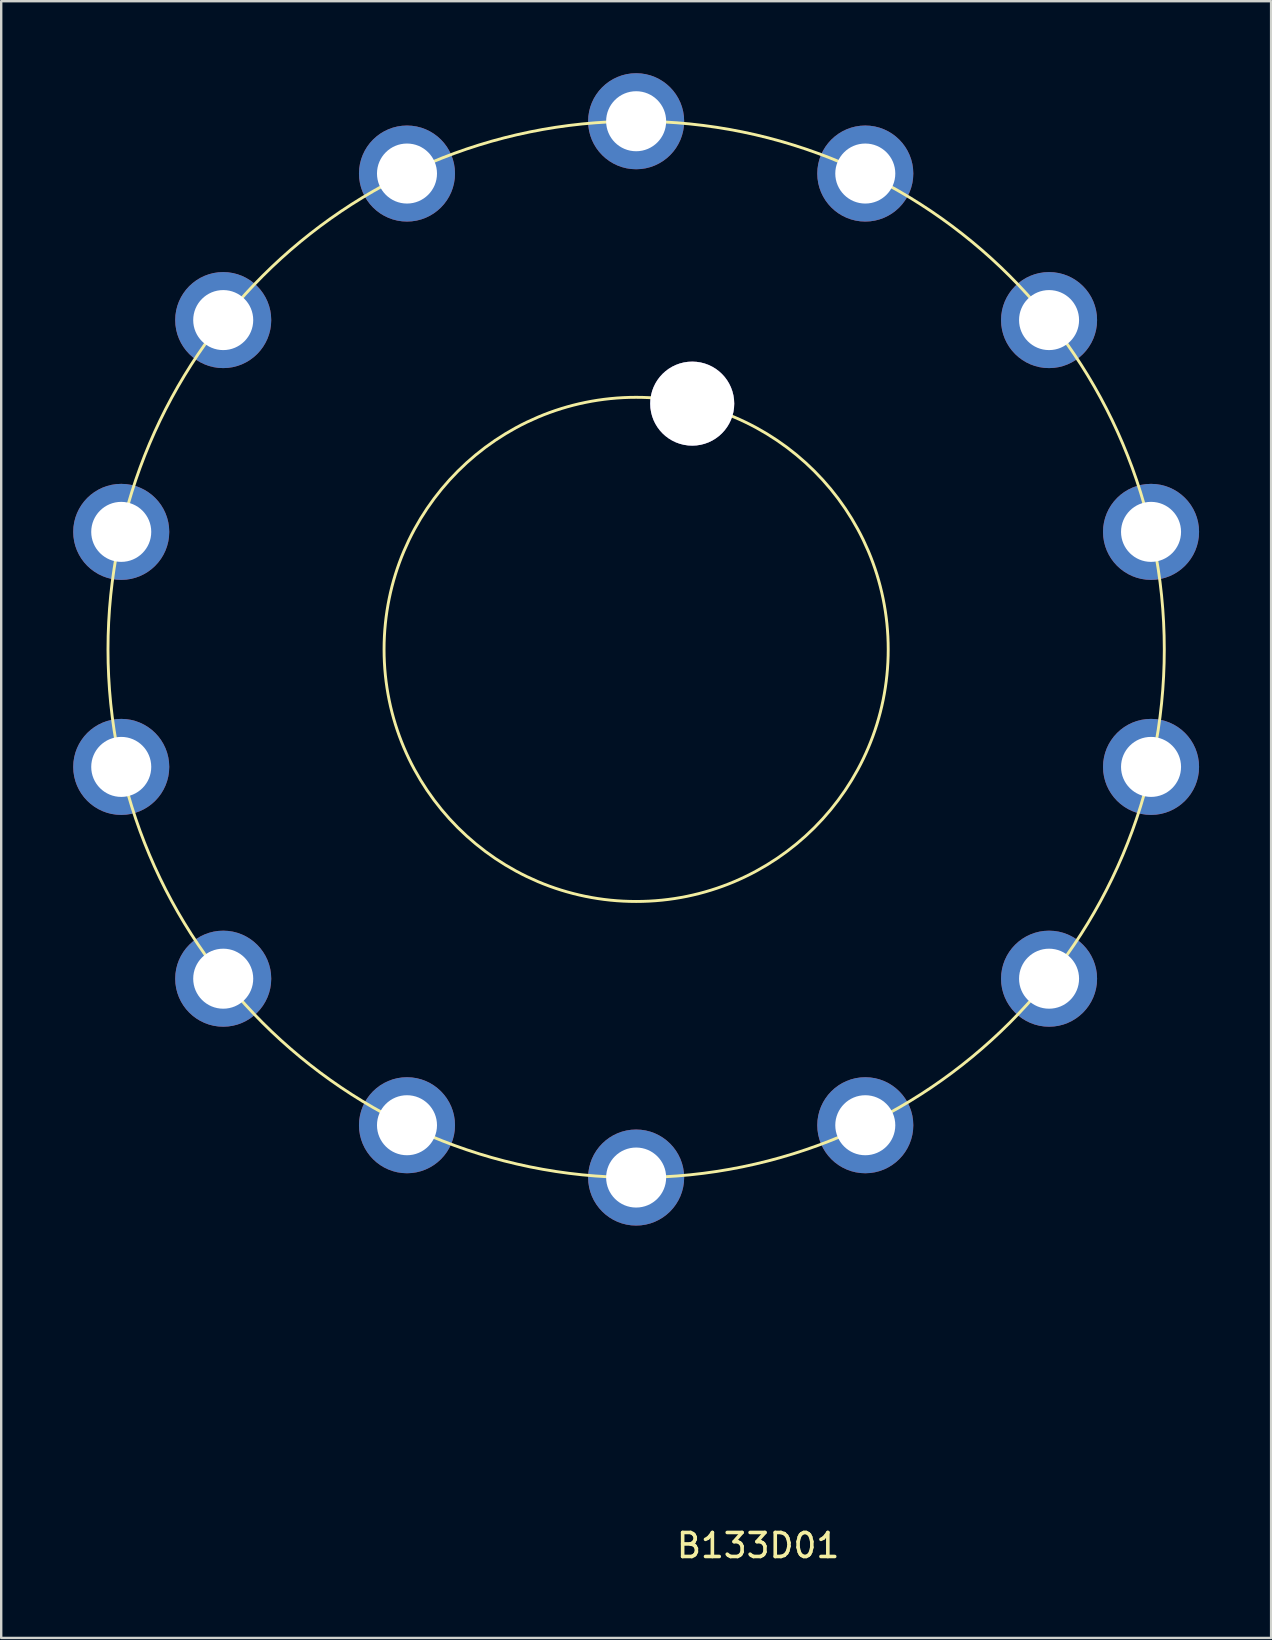
<source format=kicad_pcb>
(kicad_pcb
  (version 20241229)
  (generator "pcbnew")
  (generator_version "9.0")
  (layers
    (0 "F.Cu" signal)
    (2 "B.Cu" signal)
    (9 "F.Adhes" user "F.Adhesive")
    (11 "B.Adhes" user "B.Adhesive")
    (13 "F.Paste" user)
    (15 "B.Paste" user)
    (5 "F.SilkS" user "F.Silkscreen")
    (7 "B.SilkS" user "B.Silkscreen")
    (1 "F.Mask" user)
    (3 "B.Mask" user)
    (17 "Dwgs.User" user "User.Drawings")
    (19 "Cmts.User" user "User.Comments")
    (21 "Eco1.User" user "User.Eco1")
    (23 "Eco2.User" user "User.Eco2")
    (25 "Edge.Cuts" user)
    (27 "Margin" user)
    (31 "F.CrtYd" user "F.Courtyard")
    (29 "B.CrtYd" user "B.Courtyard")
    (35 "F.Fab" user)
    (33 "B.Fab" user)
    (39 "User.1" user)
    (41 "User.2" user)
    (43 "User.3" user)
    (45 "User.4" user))
  (footprint "B133D01"
    (layer "F.Cu")
    (at 23.448 24)
    (property "Reference" "B133D01" (at 5.08 37.33 0) (layer "F.SilkS") (effects (font (size 1 1) (thickness 0.15))))
    (attr through_hole)
    (fp_circle (center 0 0) (end 10.5 0) (stroke (width 0.12) (type solid)) (fill no) (layer "F.SilkS"))
    (fp_circle (center 0 0) (end 22 0) (stroke (width 0.12) (type solid)) (fill no) (layer "F.SilkS"))
    (pad "1" thru_hole circle (at 0 -22) (size 4 4) (drill 2.5) (layers "*.Cu" "*.Mask"))
    (pad "2" thru_hole circle (at 9.545 -19.821) (size 4 4) (drill 2.5) (layers "*.Cu" "*.Mask"))
    (pad "3" thru_hole circle (at 17.2 -13.717) (size 4 4) (drill 2.5) (layers "*.Cu" "*.Mask"))
    (pad "4" thru_hole circle (at 21.448 -4.895) (size 4 4) (drill 2.5) (layers "*.Cu" "*.Mask"))
    (pad "5" thru_hole circle (at 21.448 4.895) (size 4 4) (drill 2.5) (layers "*.Cu" "*.Mask"))
    (pad "6" thru_hole circle (at 17.2 13.717) (size 4 4) (drill 2.5) (layers "*.Cu" "*.Mask"))
    (pad "7" thru_hole circle (at 9.545 19.821) (size 4 4) (drill 2.5) (layers "*.Cu" "*.Mask"))
    (pad "8" thru_hole circle (at 0 22) (size 4 4) (drill 2.5) (layers "*.Cu" "*.Mask"))
    (pad "9" thru_hole circle (at -9.545 19.821) (size 4 4) (drill 2.5) (layers "*.Cu" "*.Mask"))
    (pad "10" thru_hole circle (at -17.2 13.717) (size 4 4) (drill 2.5) (layers "*.Cu" "*.Mask"))
    (pad "11" thru_hole circle (at -21.448 4.895) (size 4 4) (drill 2.5) (layers "*.Cu" "*.Mask"))
    (pad "12" thru_hole circle (at -21.448 -4.895) (size 4 4) (drill 2.5) (layers "*.Cu" "*.Mask"))
    (pad "13" thru_hole circle (at -17.2 -13.717) (size 4 4) (drill 2.5) (layers "*.Cu" "*.Mask"))
    (pad "14" thru_hole circle (at -9.545 -19.821) (size 4 4) (drill 2.5) (layers "*.Cu" "*.Mask"))
    (pad "15" thru_hole circle (at 2.336 -10.237) (size 3.5 3.5) (drill 3.5) (layers "*.Cu" "*.Mask")))
  (gr_rect
    (start -3 -3)
    (end 49.897 65.178)
    (stroke (width 0.1) (type default))
    (fill no)
    (layer "Edge.Cuts")))
</source>
